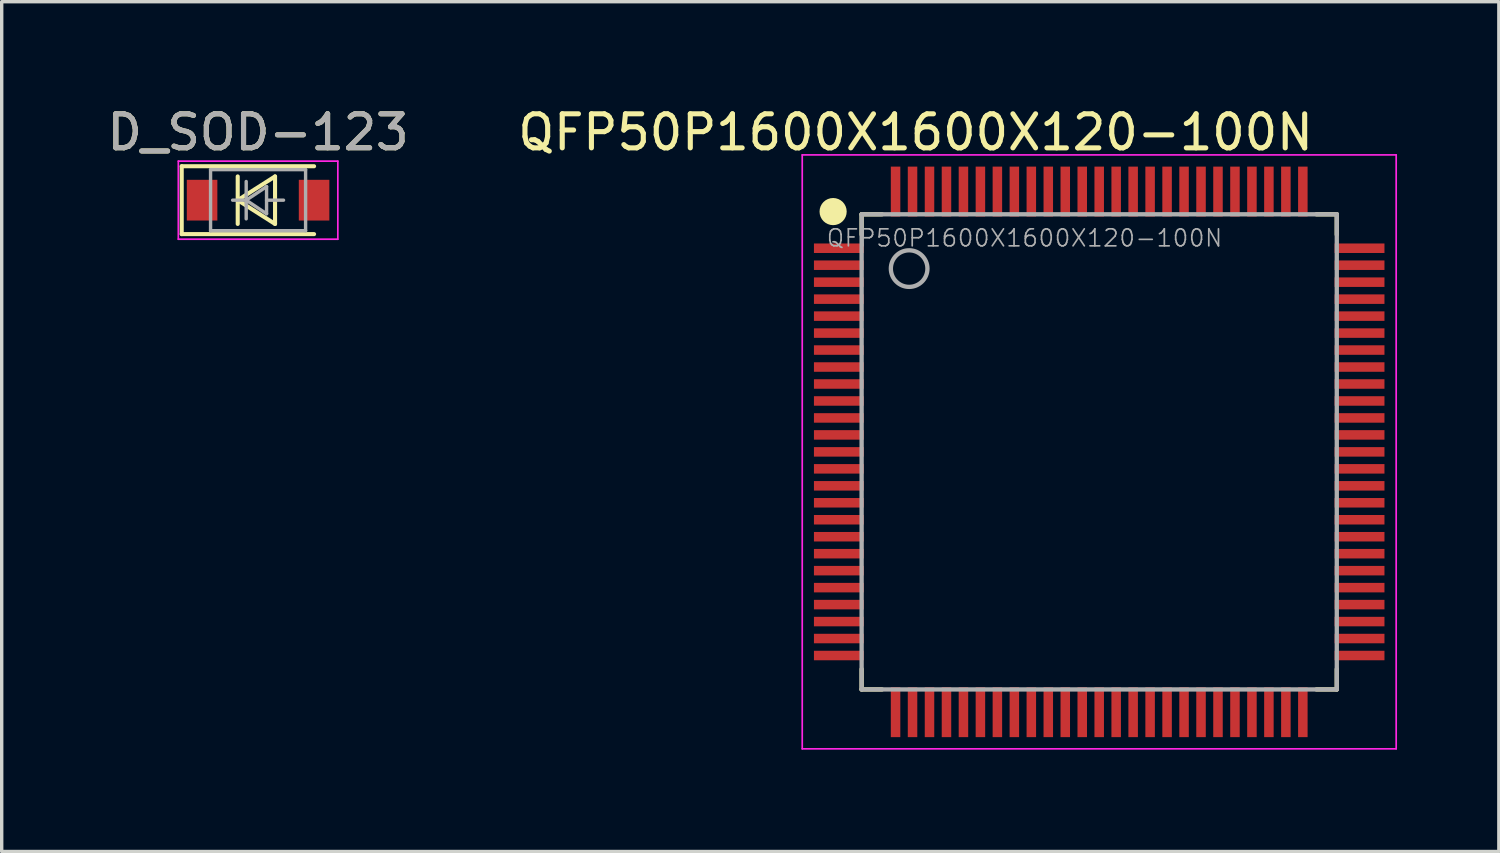
<source format=kicad_pcb>
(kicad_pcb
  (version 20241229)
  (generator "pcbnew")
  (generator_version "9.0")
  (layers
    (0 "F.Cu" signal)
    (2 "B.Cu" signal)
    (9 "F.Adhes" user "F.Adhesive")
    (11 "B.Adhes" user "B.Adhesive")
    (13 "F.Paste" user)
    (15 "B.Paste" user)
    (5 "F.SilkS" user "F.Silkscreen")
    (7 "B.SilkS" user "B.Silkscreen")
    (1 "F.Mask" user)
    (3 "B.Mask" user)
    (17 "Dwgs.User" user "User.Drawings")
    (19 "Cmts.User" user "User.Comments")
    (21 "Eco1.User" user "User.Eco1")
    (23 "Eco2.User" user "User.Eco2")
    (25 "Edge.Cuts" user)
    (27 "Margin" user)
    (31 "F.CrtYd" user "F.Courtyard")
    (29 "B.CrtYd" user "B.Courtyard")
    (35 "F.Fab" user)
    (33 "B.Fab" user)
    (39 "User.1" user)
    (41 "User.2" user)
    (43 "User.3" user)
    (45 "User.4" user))
  (footprint "D_SOD-123"
    (layer "F.Cu")
    (at 4.554 2.848)
    (property "Reference" "D_SOD-123" (at 0 -2 0) (layer "F.SilkS") (effects (font (size 1 1) (thickness 0.15))))
    (attr smd)
    (fp_line (start -2.25 -1) (end -2.25 1) (stroke (width 0.12) (type solid)) (layer "F.SilkS"))
    (fp_line (start -2.25 -1) (end 1.65 -1) (stroke (width 0.12) (type solid)) (layer "F.SilkS"))
    (fp_line (start -2.25 1) (end 1.65 1) (stroke (width 0.12) (type solid)) (layer "F.SilkS"))
    (fp_line (start -0.6 -0.7) (end -0.6 0.7) (stroke (width 0.12) (type solid)) (layer "F.SilkS"))
    (fp_line (start -0.6 0) (end 0.5 -0.7) (stroke (width 0.12) (type solid)) (layer "F.SilkS"))
    (fp_line (start 0.5 -0.7) (end 0.5 0.7) (stroke (width 0.12) (type solid)) (layer "F.SilkS"))
    (fp_line (start 0.5 0.7) (end -0.6 0) (stroke (width 0.12) (type solid)) (layer "F.SilkS"))
    (fp_line (start -2.35 -1.15) (end -2.35 1.15) (stroke (width 0.05) (type solid)) (layer "F.CrtYd"))
    (fp_line (start -2.35 -1.15) (end 2.35 -1.15) (stroke (width 0.05) (type solid)) (layer "F.CrtYd"))
    (fp_line (start 2.35 -1.15) (end 2.35 1.15) (stroke (width 0.05) (type solid)) (layer "F.CrtYd"))
    (fp_line (start 2.35 1.15) (end -2.35 1.15) (stroke (width 0.05) (type solid)) (layer "F.CrtYd"))
    (fp_line (start -1.4 -0.9) (end 1.4 -0.9) (stroke (width 0.1) (type solid)) (layer "F.Fab"))
    (fp_line (start -1.4 0.9) (end -1.4 -0.9) (stroke (width 0.1) (type solid)) (layer "F.Fab"))
    (fp_line (start -0.75 0) (end -0.35 0) (stroke (width 0.1) (type solid)) (layer "F.Fab"))
    (fp_line (start -0.35 0) (end -0.35 -0.55) (stroke (width 0.1) (type solid)) (layer "F.Fab"))
    (fp_line (start -0.35 0) (end -0.35 0.55) (stroke (width 0.1) (type solid)) (layer "F.Fab"))
    (fp_line (start -0.35 0) (end 0.25 -0.4) (stroke (width 0.1) (type solid)) (layer "F.Fab"))
    (fp_line (start 0.25 -0.4) (end 0.25 0.4) (stroke (width 0.1) (type solid)) (layer "F.Fab"))
    (fp_line (start 0.25 0) (end 0.75 0) (stroke (width 0.1) (type solid)) (layer "F.Fab"))
    (fp_line (start 0.25 0.4) (end -0.35 0) (stroke (width 0.1) (type solid)) (layer "F.Fab"))
    (fp_line (start 1.4 -0.9) (end 1.4 0.9) (stroke (width 0.1) (type solid)) (layer "F.Fab"))
    (fp_line (start 1.4 0.9) (end -1.4 0.9) (stroke (width 0.1) (type solid)) (layer "F.Fab"))
    (fp_text user "${REFERENCE}" (at 0 -2 0) (layer "F.Fab") (effects (font (size 1 1) (thickness 0.15))))
    (pad "1" smd rect (at -1.65 0) (size 0.9 1.2) (layers "F.Cu" "F.Mask" "F.Paste"))
    (pad "2" smd rect (at 1.65 0) (size 0.9 1.2) (layers "F.Cu" "F.Mask" "F.Paste")))
  (footprint "QFP50P1600X1600X120-100N"
    (layer "F.Cu")
    (at 29.337 10.264)
    (property "Reference" "QFP50P1600X1600X120-100N" (at -5.409 -9.414 0) (layer "F.SilkS") (effects (font (size 1.003 1.003) (thickness 0.15))))
    (attr smd)
    (fp_line (start -7 -7) (end -7 -6.4) (stroke (width 0.127) (type solid)) (layer "F.SilkS"))
    (fp_line (start -7 -7) (end -6.4 -7) (stroke (width 0.127) (type solid)) (layer "F.SilkS"))
    (fp_line (start -7 7) (end -7 6.4) (stroke (width 0.127) (type solid)) (layer "F.SilkS"))
    (fp_line (start -7 7) (end -6.4 7) (stroke (width 0.127) (type solid)) (layer "F.SilkS"))
    (fp_line (start 7 -7) (end 6.4 -7) (stroke (width 0.127) (type solid)) (layer "F.SilkS"))
    (fp_line (start 7 -7) (end 7 -6.4) (stroke (width 0.127) (type solid)) (layer "F.SilkS"))
    (fp_line (start 7 7) (end 6.4 7) (stroke (width 0.127) (type solid)) (layer "F.SilkS"))
    (fp_line (start 7 7) (end 7 6.4) (stroke (width 0.127) (type solid)) (layer "F.SilkS"))
    (fp_circle (center -7.84 -7.08) (end -7.64 -7.08) (stroke (width 0.4) (type solid)) (fill no) (layer "F.SilkS"))
    (fp_line (start -8.75 -8.75) (end -8.75 8.75) (stroke (width 0.05) (type solid)) (layer "F.CrtYd"))
    (fp_line (start -8.75 8.75) (end 8.75 8.75) (stroke (width 0.05) (type solid)) (layer "F.CrtYd"))
    (fp_line (start 8.75 -8.75) (end -8.75 -8.75) (stroke (width 0.05) (type solid)) (layer "F.CrtYd"))
    (fp_line (start 8.75 8.75) (end 8.75 -8.75) (stroke (width 0.05) (type solid)) (layer "F.CrtYd"))
    (fp_line (start -7 -7) (end 7 -7) (stroke (width 0.127) (type solid)) (layer "F.Fab"))
    (fp_line (start -7 7) (end -7 -7) (stroke (width 0.127) (type solid)) (layer "F.Fab"))
    (fp_line (start 7 -7) (end 7 7) (stroke (width 0.127) (type solid)) (layer "F.Fab"))
    (fp_line (start 7 7) (end -7 7) (stroke (width 0.127) (type solid)) (layer "F.Fab"))
    (fp_circle (center -5.6 -5.4) (end -5.061 -5.4) (stroke (width 0.127) (type solid)) (fill no) (layer "F.Fab"))
    (fp_text user "${REFERENCE}" (at -2.2 -6.3 0) (layer "F.Fab") (effects (font (size 0.5 0.5) (thickness 0.05))))
    (pad "1" smd rect (at -7.67 -6) (size 1.47 0.28) (layers "F.Cu" "F.Mask" "F.Paste"))
    (pad "2" smd rect (at -7.67 -5.5) (size 1.47 0.28) (layers "F.Cu" "F.Mask" "F.Paste"))
    (pad "3" smd rect (at -7.67 -5) (size 1.47 0.28) (layers "F.Cu" "F.Mask" "F.Paste"))
    (pad "4" smd rect (at -7.67 -4.5) (size 1.47 0.28) (layers "F.Cu" "F.Mask" "F.Paste"))
    (pad "5" smd rect (at -7.67 -4) (size 1.47 0.28) (layers "F.Cu" "F.Mask" "F.Paste"))
    (pad "6" smd rect (at -7.67 -3.5) (size 1.47 0.28) (layers "F.Cu" "F.Mask" "F.Paste"))
    (pad "7" smd rect (at -7.67 -3) (size 1.47 0.28) (layers "F.Cu" "F.Mask" "F.Paste"))
    (pad "8" smd rect (at -7.67 -2.5) (size 1.47 0.28) (layers "F.Cu" "F.Mask" "F.Paste"))
    (pad "9" smd rect (at -7.67 -2) (size 1.47 0.28) (layers "F.Cu" "F.Mask" "F.Paste"))
    (pad "10" smd rect (at -7.67 -1.5) (size 1.47 0.28) (layers "F.Cu" "F.Mask" "F.Paste"))
    (pad "11" smd rect (at -7.67 -1) (size 1.47 0.28) (layers "F.Cu" "F.Mask" "F.Paste"))
    (pad "12" smd rect (at -7.67 -0.5) (size 1.47 0.28) (layers "F.Cu" "F.Mask" "F.Paste"))
    (pad "13" smd rect (at -7.67 0) (size 1.47 0.28) (layers "F.Cu" "F.Mask" "F.Paste"))
    (pad "14" smd rect (at -7.67 0.5) (size 1.47 0.28) (layers "F.Cu" "F.Mask" "F.Paste"))
    (pad "15" smd rect (at -7.67 1) (size 1.47 0.28) (layers "F.Cu" "F.Mask" "F.Paste"))
    (pad "16" smd rect (at -7.67 1.5) (size 1.47 0.28) (layers "F.Cu" "F.Mask" "F.Paste"))
    (pad "17" smd rect (at -7.67 2) (size 1.47 0.28) (layers "F.Cu" "F.Mask" "F.Paste"))
    (pad "18" smd rect (at -7.67 2.5) (size 1.47 0.28) (layers "F.Cu" "F.Mask" "F.Paste"))
    (pad "19" smd rect (at -7.67 3) (size 1.47 0.28) (layers "F.Cu" "F.Mask" "F.Paste"))
    (pad "20" smd rect (at -7.67 3.5) (size 1.47 0.28) (layers "F.Cu" "F.Mask" "F.Paste"))
    (pad "21" smd rect (at -7.67 4) (size 1.47 0.28) (layers "F.Cu" "F.Mask" "F.Paste"))
    (pad "22" smd rect (at -7.67 4.5) (size 1.47 0.28) (layers "F.Cu" "F.Mask" "F.Paste"))
    (pad "23" smd rect (at -7.67 5) (size 1.47 0.28) (layers "F.Cu" "F.Mask" "F.Paste"))
    (pad "24" smd rect (at -7.67 5.5) (size 1.47 0.28) (layers "F.Cu" "F.Mask" "F.Paste"))
    (pad "25" smd rect (at -7.67 6) (size 1.47 0.28) (layers "F.Cu" "F.Mask" "F.Paste"))
    (pad "26" smd rect (at -6 7.67) (size 0.28 1.47) (layers "F.Cu" "F.Mask" "F.Paste"))
    (pad "27" smd rect (at -5.5 7.67) (size 0.28 1.47) (layers "F.Cu" "F.Mask" "F.Paste"))
    (pad "28" smd rect (at -5 7.67) (size 0.28 1.47) (layers "F.Cu" "F.Mask" "F.Paste"))
    (pad "29" smd rect (at -4.5 7.67) (size 0.28 1.47) (layers "F.Cu" "F.Mask" "F.Paste"))
    (pad "30" smd rect (at -4 7.67) (size 0.28 1.47) (layers "F.Cu" "F.Mask" "F.Paste"))
    (pad "31" smd rect (at -3.5 7.67) (size 0.28 1.47) (layers "F.Cu" "F.Mask" "F.Paste"))
    (pad "32" smd rect (at -3 7.67) (size 0.28 1.47) (layers "F.Cu" "F.Mask" "F.Paste"))
    (pad "33" smd rect (at -2.5 7.67) (size 0.28 1.47) (layers "F.Cu" "F.Mask" "F.Paste"))
    (pad "34" smd rect (at -2 7.67) (size 0.28 1.47) (layers "F.Cu" "F.Mask" "F.Paste"))
    (pad "35" smd rect (at -1.5 7.67) (size 0.28 1.47) (layers "F.Cu" "F.Mask" "F.Paste"))
    (pad "36" smd rect (at -1 7.67) (size 0.28 1.47) (layers "F.Cu" "F.Mask" "F.Paste"))
    (pad "37" smd rect (at -0.5 7.67) (size 0.28 1.47) (layers "F.Cu" "F.Mask" "F.Paste"))
    (pad "38" smd rect (at 0 7.67) (size 0.28 1.47) (layers "F.Cu" "F.Mask" "F.Paste"))
    (pad "39" smd rect (at 0.5 7.67) (size 0.28 1.47) (layers "F.Cu" "F.Mask" "F.Paste"))
    (pad "40" smd rect (at 1 7.67) (size 0.28 1.47) (layers "F.Cu" "F.Mask" "F.Paste"))
    (pad "41" smd rect (at 1.5 7.67) (size 0.28 1.47) (layers "F.Cu" "F.Mask" "F.Paste"))
    (pad "42" smd rect (at 2 7.67) (size 0.28 1.47) (layers "F.Cu" "F.Mask" "F.Paste"))
    (pad "43" smd rect (at 2.5 7.67) (size 0.28 1.47) (layers "F.Cu" "F.Mask" "F.Paste"))
    (pad "44" smd rect (at 3 7.67) (size 0.28 1.47) (layers "F.Cu" "F.Mask" "F.Paste"))
    (pad "45" smd rect (at 3.5 7.67) (size 0.28 1.47) (layers "F.Cu" "F.Mask" "F.Paste"))
    (pad "46" smd rect (at 4 7.67) (size 0.28 1.47) (layers "F.Cu" "F.Mask" "F.Paste"))
    (pad "47" smd rect (at 4.5 7.67) (size 0.28 1.47) (layers "F.Cu" "F.Mask" "F.Paste"))
    (pad "48" smd rect (at 5 7.67) (size 0.28 1.47) (layers "F.Cu" "F.Mask" "F.Paste"))
    (pad "49" smd rect (at 5.5 7.67) (size 0.28 1.47) (layers "F.Cu" "F.Mask" "F.Paste"))
    (pad "50" smd rect (at 6 7.67) (size 0.28 1.47) (layers "F.Cu" "F.Mask" "F.Paste"))
    (pad "51" smd rect (at 7.67 6) (size 1.47 0.28) (layers "F.Cu" "F.Mask" "F.Paste"))
    (pad "52" smd rect (at 7.67 5.5) (size 1.47 0.28) (layers "F.Cu" "F.Mask" "F.Paste"))
    (pad "53" smd rect (at 7.67 5) (size 1.47 0.28) (layers "F.Cu" "F.Mask" "F.Paste"))
    (pad "54" smd rect (at 7.67 4.5) (size 1.47 0.28) (layers "F.Cu" "F.Mask" "F.Paste"))
    (pad "55" smd rect (at 7.67 4) (size 1.47 0.28) (layers "F.Cu" "F.Mask" "F.Paste"))
    (pad "56" smd rect (at 7.67 3.5) (size 1.47 0.28) (layers "F.Cu" "F.Mask" "F.Paste"))
    (pad "57" smd rect (at 7.67 3) (size 1.47 0.28) (layers "F.Cu" "F.Mask" "F.Paste"))
    (pad "58" smd rect (at 7.67 2.5) (size 1.47 0.28) (layers "F.Cu" "F.Mask" "F.Paste"))
    (pad "59" smd rect (at 7.67 2) (size 1.47 0.28) (layers "F.Cu" "F.Mask" "F.Paste"))
    (pad "60" smd rect (at 7.67 1.5) (size 1.47 0.28) (layers "F.Cu" "F.Mask" "F.Paste"))
    (pad "61" smd rect (at 7.67 1) (size 1.47 0.28) (layers "F.Cu" "F.Mask" "F.Paste"))
    (pad "62" smd rect (at 7.67 0.5) (size 1.47 0.28) (layers "F.Cu" "F.Mask" "F.Paste"))
    (pad "63" smd rect (at 7.67 0) (size 1.47 0.28) (layers "F.Cu" "F.Mask" "F.Paste"))
    (pad "64" smd rect (at 7.67 -0.5) (size 1.47 0.28) (layers "F.Cu" "F.Mask" "F.Paste"))
    (pad "65" smd rect (at 7.67 -1) (size 1.47 0.28) (layers "F.Cu" "F.Mask" "F.Paste"))
    (pad "66" smd rect (at 7.67 -1.5) (size 1.47 0.28) (layers "F.Cu" "F.Mask" "F.Paste"))
    (pad "67" smd rect (at 7.67 -2) (size 1.47 0.28) (layers "F.Cu" "F.Mask" "F.Paste"))
    (pad "68" smd rect (at 7.67 -2.5) (size 1.47 0.28) (layers "F.Cu" "F.Mask" "F.Paste"))
    (pad "69" smd rect (at 7.67 -3) (size 1.47 0.28) (layers "F.Cu" "F.Mask" "F.Paste"))
    (pad "70" smd rect (at 7.67 -3.5) (size 1.47 0.28) (layers "F.Cu" "F.Mask" "F.Paste"))
    (pad "71" smd rect (at 7.67 -4) (size 1.47 0.28) (layers "F.Cu" "F.Mask" "F.Paste"))
    (pad "72" smd rect (at 7.67 -4.5) (size 1.47 0.28) (layers "F.Cu" "F.Mask" "F.Paste"))
    (pad "73" smd rect (at 7.67 -5) (size 1.47 0.28) (layers "F.Cu" "F.Mask" "F.Paste"))
    (pad "74" smd rect (at 7.67 -5.5) (size 1.47 0.28) (layers "F.Cu" "F.Mask" "F.Paste"))
    (pad "75" smd rect (at 7.67 -6) (size 1.47 0.28) (layers "F.Cu" "F.Mask" "F.Paste"))
    (pad "76" smd rect (at 6 -7.67) (size 0.28 1.47) (layers "F.Cu" "F.Mask" "F.Paste"))
    (pad "77" smd rect (at 5.5 -7.67) (size 0.28 1.47) (layers "F.Cu" "F.Mask" "F.Paste"))
    (pad "78" smd rect (at 5 -7.67) (size 0.28 1.47) (layers "F.Cu" "F.Mask" "F.Paste"))
    (pad "79" smd rect (at 4.5 -7.67) (size 0.28 1.47) (layers "F.Cu" "F.Mask" "F.Paste"))
    (pad "80" smd rect (at 4 -7.67) (size 0.28 1.47) (layers "F.Cu" "F.Mask" "F.Paste"))
    (pad "81" smd rect (at 3.5 -7.67) (size 0.28 1.47) (layers "F.Cu" "F.Mask" "F.Paste"))
    (pad "82" smd rect (at 3 -7.67) (size 0.28 1.47) (layers "F.Cu" "F.Mask" "F.Paste"))
    (pad "83" smd rect (at 2.5 -7.67) (size 0.28 1.47) (layers "F.Cu" "F.Mask" "F.Paste"))
    (pad "84" smd rect (at 2 -7.67) (size 0.28 1.47) (layers "F.Cu" "F.Mask" "F.Paste"))
    (pad "85" smd rect (at 1.5 -7.67) (size 0.28 1.47) (layers "F.Cu" "F.Mask" "F.Paste"))
    (pad "86" smd rect (at 1 -7.67) (size 0.28 1.47) (layers "F.Cu" "F.Mask" "F.Paste"))
    (pad "87" smd rect (at 0.5 -7.67) (size 0.28 1.47) (layers "F.Cu" "F.Mask" "F.Paste"))
    (pad "88" smd rect (at 0 -7.67) (size 0.28 1.47) (layers "F.Cu" "F.Mask" "F.Paste"))
    (pad "89" smd rect (at -0.5 -7.67) (size 0.28 1.47) (layers "F.Cu" "F.Mask" "F.Paste"))
    (pad "90" smd rect (at -1 -7.67) (size 0.28 1.47) (layers "F.Cu" "F.Mask" "F.Paste"))
    (pad "91" smd rect (at -1.5 -7.67) (size 0.28 1.47) (layers "F.Cu" "F.Mask" "F.Paste"))
    (pad "92" smd rect (at -2 -7.67) (size 0.28 1.47) (layers "F.Cu" "F.Mask" "F.Paste"))
    (pad "93" smd rect (at -2.5 -7.67) (size 0.28 1.47) (layers "F.Cu" "F.Mask" "F.Paste"))
    (pad "94" smd rect (at -3 -7.67) (size 0.28 1.47) (layers "F.Cu" "F.Mask" "F.Paste"))
    (pad "95" smd rect (at -3.5 -7.67) (size 0.28 1.47) (layers "F.Cu" "F.Mask" "F.Paste"))
    (pad "96" smd rect (at -4 -7.67) (size 0.28 1.47) (layers "F.Cu" "F.Mask" "F.Paste"))
    (pad "97" smd rect (at -4.5 -7.67) (size 0.28 1.47) (layers "F.Cu" "F.Mask" "F.Paste"))
    (pad "98" smd rect (at -5 -7.67) (size 0.28 1.47) (layers "F.Cu" "F.Mask" "F.Paste"))
    (pad "99" smd rect (at -5.5 -7.67) (size 0.28 1.47) (layers "F.Cu" "F.Mask" "F.Paste"))
    (pad "100" smd rect (at -6 -7.67) (size 0.28 1.47) (layers "F.Cu" "F.Mask" "F.Paste")))
  (gr_rect
    (start -3 -3)
    (end 41.112 22.039)
    (stroke (width 0.1) (type default))
    (fill no)
    (layer "Edge.Cuts")))
</source>
